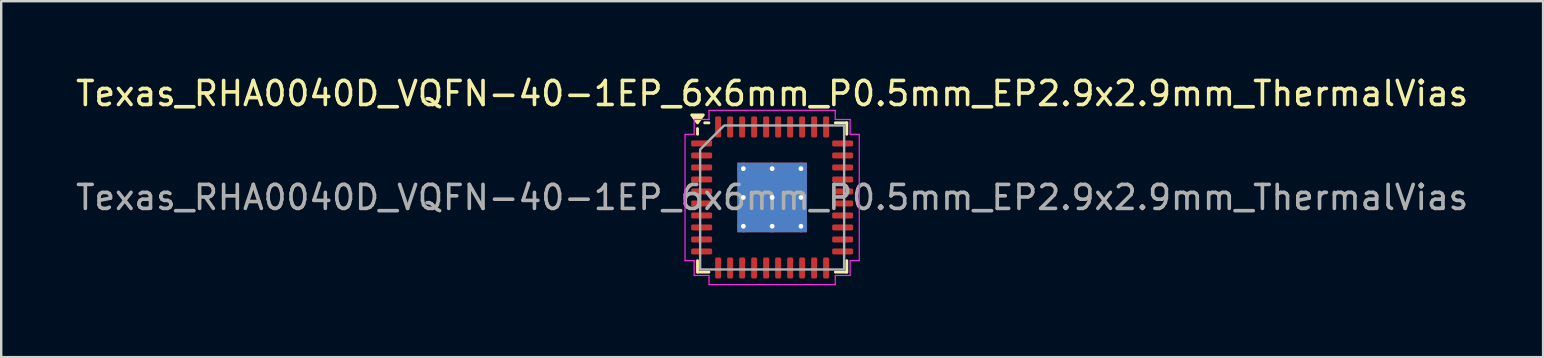
<source format=kicad_pcb>
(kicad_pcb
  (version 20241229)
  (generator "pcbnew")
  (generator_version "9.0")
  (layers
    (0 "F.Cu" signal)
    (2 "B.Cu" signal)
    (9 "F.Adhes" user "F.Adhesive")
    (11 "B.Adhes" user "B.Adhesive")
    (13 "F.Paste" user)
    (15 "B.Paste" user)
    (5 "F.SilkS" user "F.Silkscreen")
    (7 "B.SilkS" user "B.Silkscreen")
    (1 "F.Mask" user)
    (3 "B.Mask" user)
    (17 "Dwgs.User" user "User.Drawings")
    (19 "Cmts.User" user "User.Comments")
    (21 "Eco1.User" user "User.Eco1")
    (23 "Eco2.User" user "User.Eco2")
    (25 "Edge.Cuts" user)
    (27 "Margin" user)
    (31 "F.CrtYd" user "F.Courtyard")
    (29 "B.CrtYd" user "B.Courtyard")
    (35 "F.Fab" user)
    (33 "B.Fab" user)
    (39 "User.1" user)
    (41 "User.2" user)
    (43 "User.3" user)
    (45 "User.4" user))
  (footprint "Texas_RHA0040D_VQFN-40-1EP_6x6mm_P0.5mm_EP2.9x2.9mm_ThermalVias"
    (layer "F.Cu")
    (at 29.125 5.178)
    (property "Reference" "Texas_RHA0040D_VQFN-40-1EP_6x6mm_P0.5mm_EP2.9x2.9mm_ThermalVias" (at 0 -4.33 0) (layer "F.SilkS") (effects (font (size 1 1) (thickness 0.15))))
    (attr smd)
    (fp_line (start -3.11 -2.635) (end -3.11 -2.87) (stroke (width 0.12) (type solid)) (layer "F.SilkS"))
    (fp_line (start -3.11 3.11) (end -3.11 2.635) (stroke (width 0.12) (type solid)) (layer "F.SilkS"))
    (fp_line (start -2.635 -3.11) (end -2.81 -3.11) (stroke (width 0.12) (type solid)) (layer "F.SilkS"))
    (fp_line (start -2.635 3.11) (end -3.11 3.11) (stroke (width 0.12) (type solid)) (layer "F.SilkS"))
    (fp_line (start 2.635 -3.11) (end 3.11 -3.11) (stroke (width 0.12) (type solid)) (layer "F.SilkS"))
    (fp_line (start 2.635 3.11) (end 3.11 3.11) (stroke (width 0.12) (type solid)) (layer "F.SilkS"))
    (fp_line (start 3.11 -3.11) (end 3.11 -2.635) (stroke (width 0.12) (type solid)) (layer "F.SilkS"))
    (fp_line (start 3.11 3.11) (end 3.11 2.635) (stroke (width 0.12) (type solid)) (layer "F.SilkS"))
    (fp_poly (pts (xy -3.11 -3.11) (xy -3.35 -3.44) (xy -2.87 -3.44)) (stroke (width 0.12) (type solid)) (fill yes) (layer "F.SilkS"))
    (fp_line (start -3.63 -2.63) (end -3.25 -2.63) (stroke (width 0.05) (type solid)) (layer "F.CrtYd"))
    (fp_line (start -3.63 2.63) (end -3.63 -2.63) (stroke (width 0.05) (type solid)) (layer "F.CrtYd"))
    (fp_line (start -3.25 -3.25) (end -2.63 -3.25) (stroke (width 0.05) (type solid)) (layer "F.CrtYd"))
    (fp_line (start -3.25 -2.63) (end -3.25 -3.25) (stroke (width 0.05) (type solid)) (layer "F.CrtYd"))
    (fp_line (start -3.25 2.63) (end -3.63 2.63) (stroke (width 0.05) (type solid)) (layer "F.CrtYd"))
    (fp_line (start -3.25 3.25) (end -3.25 2.63) (stroke (width 0.05) (type solid)) (layer "F.CrtYd"))
    (fp_line (start -2.63 -3.63) (end 2.63 -3.63) (stroke (width 0.05) (type solid)) (layer "F.CrtYd"))
    (fp_line (start -2.63 -3.25) (end -2.63 -3.63) (stroke (width 0.05) (type solid)) (layer "F.CrtYd"))
    (fp_line (start -2.63 3.25) (end -3.25 3.25) (stroke (width 0.05) (type solid)) (layer "F.CrtYd"))
    (fp_line (start -2.63 3.63) (end -2.63 3.25) (stroke (width 0.05) (type solid)) (layer "F.CrtYd"))
    (fp_line (start 2.63 -3.63) (end 2.63 -3.25) (stroke (width 0.05) (type solid)) (layer "F.CrtYd"))
    (fp_line (start 2.63 -3.25) (end 3.25 -3.25) (stroke (width 0.05) (type solid)) (layer "F.CrtYd"))
    (fp_line (start 2.63 3.25) (end 2.63 3.63) (stroke (width 0.05) (type solid)) (layer "F.CrtYd"))
    (fp_line (start 2.63 3.63) (end -2.63 3.63) (stroke (width 0.05) (type solid)) (layer "F.CrtYd"))
    (fp_line (start 3.25 -3.25) (end 3.25 -2.63) (stroke (width 0.05) (type solid)) (layer "F.CrtYd"))
    (fp_line (start 3.25 -2.63) (end 3.63 -2.63) (stroke (width 0.05) (type solid)) (layer "F.CrtYd"))
    (fp_line (start 3.25 2.63) (end 3.25 3.25) (stroke (width 0.05) (type solid)) (layer "F.CrtYd"))
    (fp_line (start 3.25 3.25) (end 2.63 3.25) (stroke (width 0.05) (type solid)) (layer "F.CrtYd"))
    (fp_line (start 3.63 -2.63) (end 3.63 2.63) (stroke (width 0.05) (type solid)) (layer "F.CrtYd"))
    (fp_line (start 3.63 2.63) (end 3.25 2.63) (stroke (width 0.05) (type solid)) (layer "F.CrtYd"))
    (fp_poly (pts (xy -3 -2) (xy -3 3) (xy 3 3) (xy 3 -3) (xy -2 -3)) (stroke (width 0.1) (type solid)) (fill no) (layer "F.Fab"))
    (fp_text user "${REFERENCE}" (at 0 0 0) (layer "F.Fab") (effects (font (size 1 1) (thickness 0.15))))
    (pad "" smd roundrect (at -0.725 -0.725) (size 1.21 1.21) (layers "F.Paste") (roundrect_rratio 0.207))
    (pad "" smd roundrect (at -0.725 0.725) (size 1.21 1.21) (layers "F.Paste") (roundrect_rratio 0.207))
    (pad "" smd roundrect (at 0.725 -0.725) (size 1.21 1.21) (layers "F.Paste") (roundrect_rratio 0.207))
    (pad "" smd roundrect (at 0.725 0.725) (size 1.21 1.21) (layers "F.Paste") (roundrect_rratio 0.207))
    (pad "1" smd roundrect (at -2.938 -2.25) (size 0.875 0.25) (layers "F.Cu" "F.Mask" "F.Paste") (roundrect_rratio 0.25))
    (pad "2" smd roundrect (at -2.938 -1.75) (size 0.875 0.25) (layers "F.Cu" "F.Mask" "F.Paste") (roundrect_rratio 0.25))
    (pad "3" smd roundrect (at -2.938 -1.25) (size 0.875 0.25) (layers "F.Cu" "F.Mask" "F.Paste") (roundrect_rratio 0.25))
    (pad "4" smd roundrect (at -2.938 -0.75) (size 0.875 0.25) (layers "F.Cu" "F.Mask" "F.Paste") (roundrect_rratio 0.25))
    (pad "5" smd roundrect (at -2.938 -0.25) (size 0.875 0.25) (layers "F.Cu" "F.Mask" "F.Paste") (roundrect_rratio 0.25))
    (pad "6" smd roundrect (at -2.938 0.25) (size 0.875 0.25) (layers "F.Cu" "F.Mask" "F.Paste") (roundrect_rratio 0.25))
    (pad "7" smd roundrect (at -2.938 0.75) (size 0.875 0.25) (layers "F.Cu" "F.Mask" "F.Paste") (roundrect_rratio 0.25))
    (pad "8" smd roundrect (at -2.938 1.25) (size 0.875 0.25) (layers "F.Cu" "F.Mask" "F.Paste") (roundrect_rratio 0.25))
    (pad "9" smd roundrect (at -2.938 1.75) (size 0.875 0.25) (layers "F.Cu" "F.Mask" "F.Paste") (roundrect_rratio 0.25))
    (pad "10" smd roundrect (at -2.938 2.25) (size 0.875 0.25) (layers "F.Cu" "F.Mask" "F.Paste") (roundrect_rratio 0.25))
    (pad "11" smd roundrect (at -2.25 2.938) (size 0.25 0.875) (layers "F.Cu" "F.Mask" "F.Paste") (roundrect_rratio 0.25))
    (pad "12" smd roundrect (at -1.75 2.938) (size 0.25 0.875) (layers "F.Cu" "F.Mask" "F.Paste") (roundrect_rratio 0.25))
    (pad "13" smd roundrect (at -1.25 2.938) (size 0.25 0.875) (layers "F.Cu" "F.Mask" "F.Paste") (roundrect_rratio 0.25))
    (pad "14" smd roundrect (at -0.75 2.938) (size 0.25 0.875) (layers "F.Cu" "F.Mask" "F.Paste") (roundrect_rratio 0.25))
    (pad "15" smd roundrect (at -0.25 2.938) (size 0.25 0.875) (layers "F.Cu" "F.Mask" "F.Paste") (roundrect_rratio 0.25))
    (pad "16" smd roundrect (at 0.25 2.938) (size 0.25 0.875) (layers "F.Cu" "F.Mask" "F.Paste") (roundrect_rratio 0.25))
    (pad "17" smd roundrect (at 0.75 2.938) (size 0.25 0.875) (layers "F.Cu" "F.Mask" "F.Paste") (roundrect_rratio 0.25))
    (pad "18" smd roundrect (at 1.25 2.938) (size 0.25 0.875) (layers "F.Cu" "F.Mask" "F.Paste") (roundrect_rratio 0.25))
    (pad "19" smd roundrect (at 1.75 2.938) (size 0.25 0.875) (layers "F.Cu" "F.Mask" "F.Paste") (roundrect_rratio 0.25))
    (pad "20" smd roundrect (at 2.25 2.938) (size 0.25 0.875) (layers "F.Cu" "F.Mask" "F.Paste") (roundrect_rratio 0.25))
    (pad "21" smd roundrect (at 2.938 2.25) (size 0.875 0.25) (layers "F.Cu" "F.Mask" "F.Paste") (roundrect_rratio 0.25))
    (pad "22" smd roundrect (at 2.938 1.75) (size 0.875 0.25) (layers "F.Cu" "F.Mask" "F.Paste") (roundrect_rratio 0.25))
    (pad "23" smd roundrect (at 2.938 1.25) (size 0.875 0.25) (layers "F.Cu" "F.Mask" "F.Paste") (roundrect_rratio 0.25))
    (pad "24" smd roundrect (at 2.938 0.75) (size 0.875 0.25) (layers "F.Cu" "F.Mask" "F.Paste") (roundrect_rratio 0.25))
    (pad "25" smd roundrect (at 2.938 0.25) (size 0.875 0.25) (layers "F.Cu" "F.Mask" "F.Paste") (roundrect_rratio 0.25))
    (pad "26" smd roundrect (at 2.938 -0.25) (size 0.875 0.25) (layers "F.Cu" "F.Mask" "F.Paste") (roundrect_rratio 0.25))
    (pad "27" smd roundrect (at 2.938 -0.75) (size 0.875 0.25) (layers "F.Cu" "F.Mask" "F.Paste") (roundrect_rratio 0.25))
    (pad "28" smd roundrect (at 2.938 -1.25) (size 0.875 0.25) (layers "F.Cu" "F.Mask" "F.Paste") (roundrect_rratio 0.25))
    (pad "29" smd roundrect (at 2.938 -1.75) (size 0.875 0.25) (layers "F.Cu" "F.Mask" "F.Paste") (roundrect_rratio 0.25))
    (pad "30" smd roundrect (at 2.938 -2.25) (size 0.875 0.25) (layers "F.Cu" "F.Mask" "F.Paste") (roundrect_rratio 0.25))
    (pad "31" smd roundrect (at 2.25 -2.938) (size 0.25 0.875) (layers "F.Cu" "F.Mask" "F.Paste") (roundrect_rratio 0.25))
    (pad "32" smd roundrect (at 1.75 -2.938) (size 0.25 0.875) (layers "F.Cu" "F.Mask" "F.Paste") (roundrect_rratio 0.25))
    (pad "33" smd roundrect (at 1.25 -2.938) (size 0.25 0.875) (layers "F.Cu" "F.Mask" "F.Paste") (roundrect_rratio 0.25))
    (pad "34" smd roundrect (at 0.75 -2.938) (size 0.25 0.875) (layers "F.Cu" "F.Mask" "F.Paste") (roundrect_rratio 0.25))
    (pad "35" smd roundrect (at 0.25 -2.938) (size 0.25 0.875) (layers "F.Cu" "F.Mask" "F.Paste") (roundrect_rratio 0.25))
    (pad "36" smd roundrect (at -0.25 -2.938) (size 0.25 0.875) (layers "F.Cu" "F.Mask" "F.Paste") (roundrect_rratio 0.25))
    (pad "37" smd roundrect (at -0.75 -2.938) (size 0.25 0.875) (layers "F.Cu" "F.Mask" "F.Paste") (roundrect_rratio 0.25))
    (pad "38" smd roundrect (at -1.25 -2.938) (size 0.25 0.875) (layers "F.Cu" "F.Mask" "F.Paste") (roundrect_rratio 0.25))
    (pad "39" smd roundrect (at -1.75 -2.938) (size 0.25 0.875) (layers "F.Cu" "F.Mask" "F.Paste") (roundrect_rratio 0.25))
    (pad "40" smd roundrect (at -2.25 -2.938) (size 0.25 0.875) (layers "F.Cu" "F.Mask" "F.Paste") (roundrect_rratio 0.25))
    (pad "41" thru_hole circle (at -1.2 -1.2) (size 0.5 0.5) (drill 0.2) (property pad_prop_heatsink) (layers "*.Cu"))
    (pad "41" thru_hole circle (at -1.2 0) (size 0.5 0.5) (drill 0.2) (property pad_prop_heatsink) (layers "*.Cu"))
    (pad "41" thru_hole circle (at -1.2 1.2) (size 0.5 0.5) (drill 0.2) (property pad_prop_heatsink) (layers "*.Cu"))
    (pad "41" thru_hole circle (at 0 -1.2) (size 0.5 0.5) (drill 0.2) (property pad_prop_heatsink) (layers "*.Cu"))
    (pad "41" thru_hole circle (at 0 0) (size 0.5 0.5) (drill 0.2) (property pad_prop_heatsink) (layers "*.Cu"))
    (pad "41" smd rect (at 0 0) (size 2.9 2.9) (property pad_prop_heatsink) (layers "F.Cu" "F.Mask"))
    (pad "41" smd rect (at 0 0) (size 2.9 2.9) (property pad_prop_heatsink) (layers "B.Cu"))
    (pad "41" thru_hole circle (at 0 1.2) (size 0.5 0.5) (drill 0.2) (property pad_prop_heatsink) (layers "*.Cu"))
    (pad "41" thru_hole circle (at 1.2 -1.2) (size 0.5 0.5) (drill 0.2) (property pad_prop_heatsink) (layers "*.Cu"))
    (pad "41" thru_hole circle (at 1.2 0) (size 0.5 0.5) (drill 0.2) (property pad_prop_heatsink) (layers "*.Cu"))
    (pad "41" thru_hole circle (at 1.2 1.2) (size 0.5 0.5) (drill 0.2) (property pad_prop_heatsink) (layers "*.Cu")))
  (gr_rect
    (start -3 -3)
    (end 61.25 11.833)
    (stroke (width 0.1) (type default))
    (fill no)
    (layer "Edge.Cuts")))
</source>
